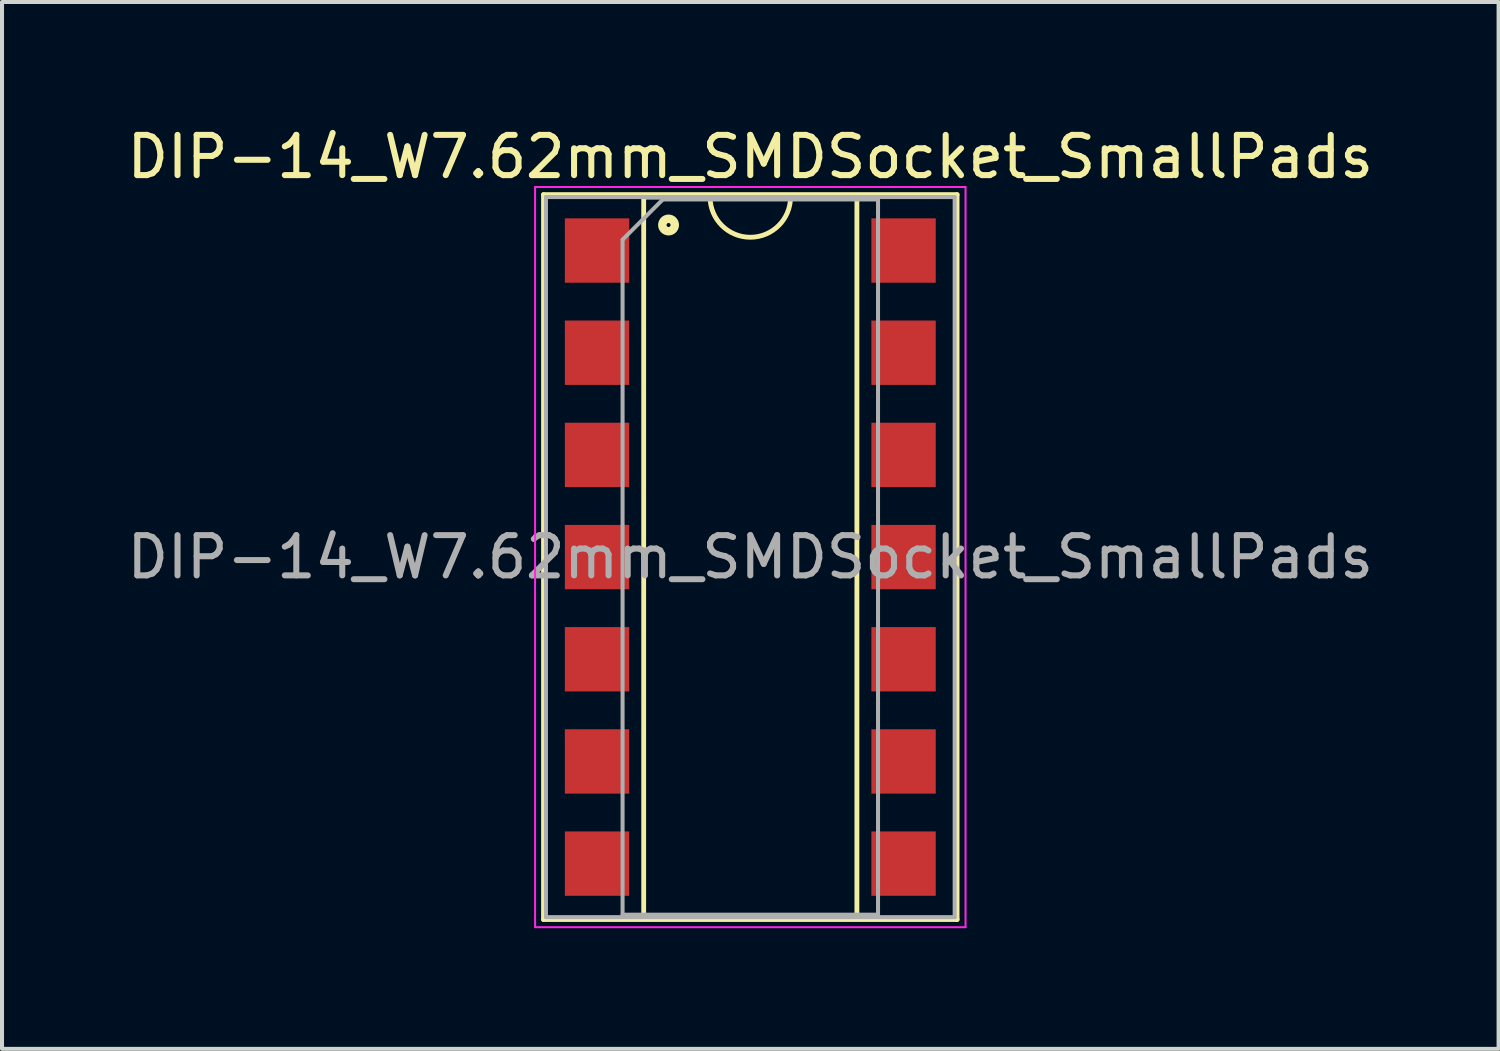
<source format=kicad_pcb>
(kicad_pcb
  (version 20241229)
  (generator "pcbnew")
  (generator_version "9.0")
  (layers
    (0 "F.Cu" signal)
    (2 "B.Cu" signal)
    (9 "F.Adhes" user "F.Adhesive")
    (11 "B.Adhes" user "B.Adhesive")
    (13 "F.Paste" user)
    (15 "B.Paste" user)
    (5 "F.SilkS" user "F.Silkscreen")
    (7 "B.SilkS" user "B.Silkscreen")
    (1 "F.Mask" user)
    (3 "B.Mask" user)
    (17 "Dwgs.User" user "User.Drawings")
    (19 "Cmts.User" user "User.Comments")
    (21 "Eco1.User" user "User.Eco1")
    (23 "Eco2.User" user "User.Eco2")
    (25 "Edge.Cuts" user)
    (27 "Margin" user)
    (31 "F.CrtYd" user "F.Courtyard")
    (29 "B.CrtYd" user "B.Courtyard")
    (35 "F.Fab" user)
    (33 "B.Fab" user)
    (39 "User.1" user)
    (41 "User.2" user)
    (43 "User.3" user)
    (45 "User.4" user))
  (footprint "DIP-14_W7.62mm_SMDSocket_SmallPads"
    (layer "F.Cu")
    (at 15.601 10.798)
    (property "Reference" "DIP-14_W7.62mm_SMDSocket_SmallPads" (at 0 -9.95 0) (layer "F.SilkS") (effects (font (size 1 1) (thickness 0.15))))
    (attr smd)
    (fp_line (start -5.14 -9.01) (end -5.14 9.01) (stroke (width 0.12) (type solid)) (layer "F.SilkS"))
    (fp_line (start -5.14 9.01) (end 5.14 9.01) (stroke (width 0.12) (type solid)) (layer "F.SilkS"))
    (fp_line (start -2.65 -8.95) (end -2.65 8.95) (stroke (width 0.12) (type solid)) (layer "F.SilkS"))
    (fp_line (start -2.65 8.95) (end 2.65 8.95) (stroke (width 0.12) (type solid)) (layer "F.SilkS"))
    (fp_line (start -1 -8.95) (end -2.65 -8.95) (stroke (width 0.12) (type solid)) (layer "F.SilkS"))
    (fp_line (start 2.65 -8.95) (end 1 -8.95) (stroke (width 0.12) (type solid)) (layer "F.SilkS"))
    (fp_line (start 2.65 8.95) (end 2.65 -8.95) (stroke (width 0.12) (type solid)) (layer "F.SilkS"))
    (fp_line (start 5.14 -9.01) (end -5.14 -9.01) (stroke (width 0.12) (type solid)) (layer "F.SilkS"))
    (fp_line (start 5.14 9.01) (end 5.14 -9.01) (stroke (width 0.12) (type solid)) (layer "F.SilkS"))
    (fp_arc (start 1 -8.95) (mid 0 -7.95) (end -1 -8.95) (stroke (width 0.12) (type solid)) (layer "F.SilkS"))
    (fp_circle (center -2.032 -8.255) (end -1.982 -8.255) (stroke (width 0.12) (type solid)) (fill no) (layer "F.SilkS"))
    (fp_circle (center -2.032 -8.255) (end -1.907 -8.255) (stroke (width 0.12) (type solid)) (fill no) (layer "F.SilkS"))
    (fp_circle (center -2.032 -8.255) (end -1.832 -8.255) (stroke (width 0.12) (type solid)) (fill no) (layer "F.SilkS"))
    (fp_line (start -5.35 -9.2) (end -5.35 9.2) (stroke (width 0.05) (type solid)) (layer "F.CrtYd"))
    (fp_line (start -5.35 9.2) (end 5.35 9.2) (stroke (width 0.05) (type solid)) (layer "F.CrtYd"))
    (fp_line (start 5.35 -9.2) (end -5.35 -9.2) (stroke (width 0.05) (type solid)) (layer "F.CrtYd"))
    (fp_line (start 5.35 9.2) (end 5.35 -9.2) (stroke (width 0.05) (type solid)) (layer "F.CrtYd"))
    (fp_line (start -5.08 -8.95) (end -5.08 8.95) (stroke (width 0.1) (type solid)) (layer "F.Fab"))
    (fp_line (start -5.08 8.95) (end 5.08 8.95) (stroke (width 0.1) (type solid)) (layer "F.Fab"))
    (fp_line (start -3.175 -7.89) (end -2.175 -8.89) (stroke (width 0.1) (type solid)) (layer "F.Fab"))
    (fp_line (start -3.175 8.89) (end -3.175 -7.89) (stroke (width 0.1) (type solid)) (layer "F.Fab"))
    (fp_line (start -2.175 -8.89) (end 3.175 -8.89) (stroke (width 0.1) (type solid)) (layer "F.Fab"))
    (fp_line (start 3.175 -8.89) (end 3.175 8.89) (stroke (width 0.1) (type solid)) (layer "F.Fab"))
    (fp_line (start 3.175 8.89) (end -3.175 8.89) (stroke (width 0.1) (type solid)) (layer "F.Fab"))
    (fp_line (start 5.08 -8.95) (end -5.08 -8.95) (stroke (width 0.1) (type solid)) (layer "F.Fab"))
    (fp_line (start 5.08 8.95) (end 5.08 -8.95) (stroke (width 0.1) (type solid)) (layer "F.Fab"))
    (fp_text user "${REFERENCE}" (at 0 0 0) (layer "F.Fab") (effects (font (size 1 1) (thickness 0.15))))
    (pad "1" smd rect (at -3.81 -7.62) (size 1.6 1.6) (layers "F.Cu" "F.Mask" "F.Paste"))
    (pad "2" smd rect (at -3.81 -5.08) (size 1.6 1.6) (layers "F.Cu" "F.Mask" "F.Paste"))
    (pad "3" smd rect (at -3.81 -2.54) (size 1.6 1.6) (layers "F.Cu" "F.Mask" "F.Paste"))
    (pad "4" smd rect (at -3.81 0) (size 1.6 1.6) (layers "F.Cu" "F.Mask" "F.Paste"))
    (pad "5" smd rect (at -3.81 2.54) (size 1.6 1.6) (layers "F.Cu" "F.Mask" "F.Paste"))
    (pad "6" smd rect (at -3.81 5.08) (size 1.6 1.6) (layers "F.Cu" "F.Mask" "F.Paste"))
    (pad "7" smd rect (at -3.81 7.62) (size 1.6 1.6) (layers "F.Cu" "F.Mask" "F.Paste"))
    (pad "8" smd rect (at 3.81 7.62) (size 1.6 1.6) (layers "F.Cu" "F.Mask" "F.Paste"))
    (pad "9" smd rect (at 3.81 5.08) (size 1.6 1.6) (layers "F.Cu" "F.Mask" "F.Paste"))
    (pad "10" smd rect (at 3.81 2.54) (size 1.6 1.6) (layers "F.Cu" "F.Mask" "F.Paste"))
    (pad "11" smd rect (at 3.81 0) (size 1.6 1.6) (layers "F.Cu" "F.Mask" "F.Paste"))
    (pad "12" smd rect (at 3.81 -2.54) (size 1.6 1.6) (layers "F.Cu" "F.Mask" "F.Paste"))
    (pad "13" smd rect (at 3.81 -5.08) (size 1.6 1.6) (layers "F.Cu" "F.Mask" "F.Paste"))
    (pad "14" smd rect (at 3.81 -7.62) (size 1.6 1.6) (layers "F.Cu" "F.Mask" "F.Paste")))
  (gr_rect
    (start -3 -3)
    (end 34.202 23.023)
    (stroke (width 0.1) (type default))
    (fill no)
    (layer "Edge.Cuts")))
</source>
